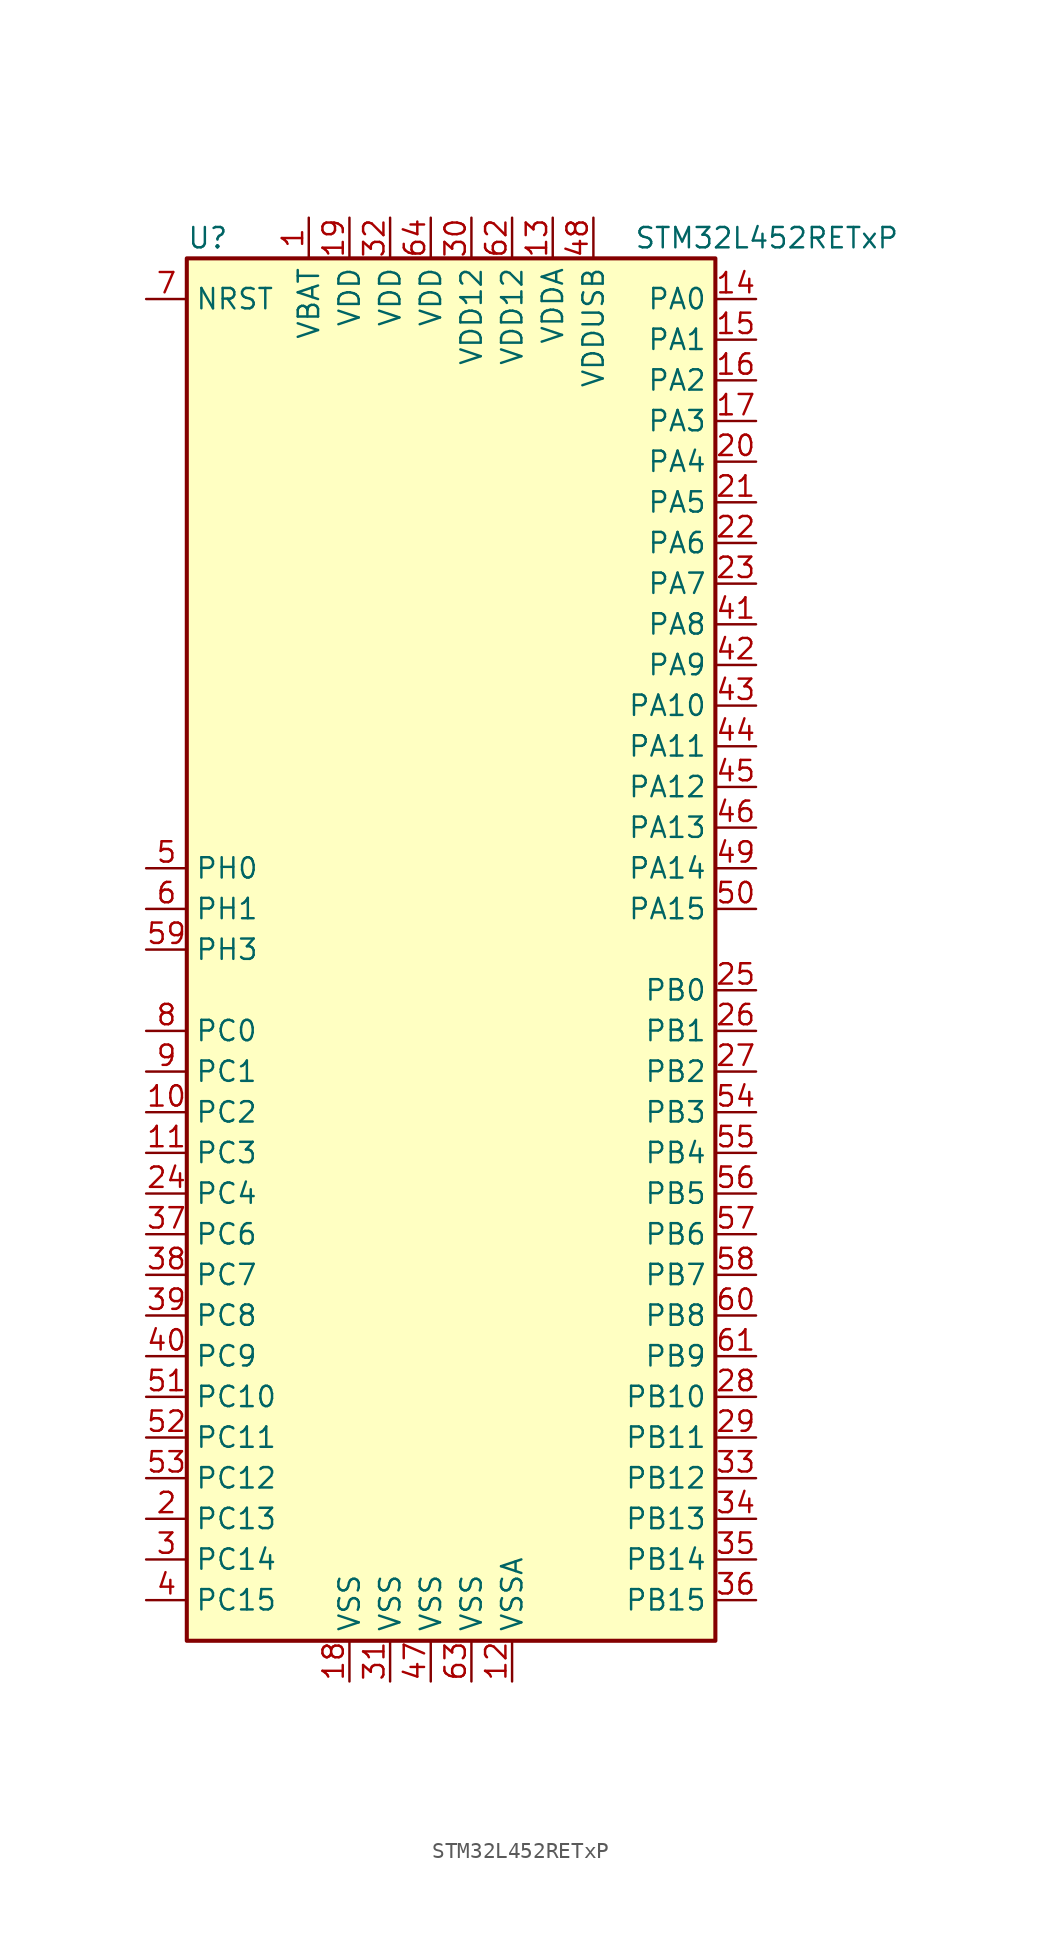
<source format=kicad_sym>
(kicad_symbol_lib
  (version 20220914)
  (generator kicad_symbol_editor)
  (symbol "STM32L452RETxP"
    (property "Reference" "U"
      (at -17.78 44.45 0)
      (effects (font (size 1.27 1.27)) (justify left)))
    (property "Value" "STM32L452RETxP"
      (at 10.16 44.45 0)
      (effects (font (size 1.27 1.27)) (justify left)))
    (symbol "STM32L452RETxP_0_1"
      (rectangle (start -17.78 -43.18) (end 15.24 43.18) (stroke (width 0.254) (type default)) (fill (type background))))
    (symbol "STM32L452RETxP_1_1"
      (pin power_in line (at -10.16 45.72 270) (length 2.54) (name "VBAT" (effects (font (size 1.27 1.27)))) (number "1" (effects (font (size 1.27 1.27)))))
      (pin bidirectional line (at -20.32 -10.16 0) (length 2.54) (name "PC2" (effects (font (size 1.27 1.27)))) (number "10" (effects (font (size 1.27 1.27)))))
      (pin bidirectional line (at -20.32 -12.7 0) (length 2.54) (name "PC3" (effects (font (size 1.27 1.27)))) (number "11" (effects (font (size 1.27 1.27)))))
      (pin power_in line (at 2.54 -45.72 90) (length 2.54) (name "VSSA" (effects (font (size 1.27 1.27)))) (number "12" (effects (font (size 1.27 1.27)))))
      (pin power_in line (at 5.08 45.72 270) (length 2.54) (name "VDDA" (effects (font (size 1.27 1.27)))) (number "13" (effects (font (size 1.27 1.27)))))
      (pin bidirectional line (at 17.78 40.64 180) (length 2.54) (name "PA0" (effects (font (size 1.27 1.27)))) (number "14" (effects (font (size 1.27 1.27)))))
      (pin bidirectional line (at 17.78 38.1 180) (length 2.54) (name "PA1" (effects (font (size 1.27 1.27)))) (number "15" (effects (font (size 1.27 1.27)))))
      (pin bidirectional line (at 17.78 35.56 180) (length 2.54) (name "PA2" (effects (font (size 1.27 1.27)))) (number "16" (effects (font (size 1.27 1.27)))))
      (pin bidirectional line (at 17.78 33.02 180) (length 2.54) (name "PA3" (effects (font (size 1.27 1.27)))) (number "17" (effects (font (size 1.27 1.27)))))
      (pin power_in line (at -7.62 -45.72 90) (length 2.54) (name "VSS" (effects (font (size 1.27 1.27)))) (number "18" (effects (font (size 1.27 1.27)))))
      (pin power_in line (at -7.62 45.72 270) (length 2.54) (name "VDD" (effects (font (size 1.27 1.27)))) (number "19" (effects (font (size 1.27 1.27)))))
      (pin bidirectional line (at -20.32 -35.56 0) (length 2.54) (name "PC13" (effects (font (size 1.27 1.27)))) (number "2" (effects (font (size 1.27 1.27)))))
      (pin bidirectional line (at 17.78 30.48 180) (length 2.54) (name "PA4" (effects (font (size 1.27 1.27)))) (number "20" (effects (font (size 1.27 1.27)))))
      (pin bidirectional line (at 17.78 27.94 180) (length 2.54) (name "PA5" (effects (font (size 1.27 1.27)))) (number "21" (effects (font (size 1.27 1.27)))))
      (pin bidirectional line (at 17.78 25.4 180) (length 2.54) (name "PA6" (effects (font (size 1.27 1.27)))) (number "22" (effects (font (size 1.27 1.27)))))
      (pin bidirectional line (at 17.78 22.86 180) (length 2.54) (name "PA7" (effects (font (size 1.27 1.27)))) (number "23" (effects (font (size 1.27 1.27)))))
      (pin bidirectional line (at -20.32 -15.24 0) (length 2.54) (name "PC4" (effects (font (size 1.27 1.27)))) (number "24" (effects (font (size 1.27 1.27)))))
      (pin bidirectional line (at 17.78 -2.54 180) (length 2.54) (name "PB0" (effects (font (size 1.27 1.27)))) (number "25" (effects (font (size 1.27 1.27)))))
      (pin bidirectional line (at 17.78 -5.08 180) (length 2.54) (name "PB1" (effects (font (size 1.27 1.27)))) (number "26" (effects (font (size 1.27 1.27)))))
      (pin bidirectional line (at 17.78 -7.62 180) (length 2.54) (name "PB2" (effects (font (size 1.27 1.27)))) (number "27" (effects (font (size 1.27 1.27)))))
      (pin bidirectional line (at 17.78 -27.94 180) (length 2.54) (name "PB10" (effects (font (size 1.27 1.27)))) (number "28" (effects (font (size 1.27 1.27)))))
      (pin bidirectional line (at 17.78 -30.48 180) (length 2.54) (name "PB11" (effects (font (size 1.27 1.27)))) (number "29" (effects (font (size 1.27 1.27)))))
      (pin bidirectional line (at -20.32 -38.1 0) (length 2.54) (name "PC14" (effects (font (size 1.27 1.27)))) (number "3" (effects (font (size 1.27 1.27)))))
      (pin power_in line (at 0 45.72 270) (length 2.54) (name "VDD12" (effects (font (size 1.27 1.27)))) (number "30" (effects (font (size 1.27 1.27)))))
      (pin power_in line (at -5.08 -45.72 90) (length 2.54) (name "VSS" (effects (font (size 1.27 1.27)))) (number "31" (effects (font (size 1.27 1.27)))))
      (pin power_in line (at -5.08 45.72 270) (length 2.54) (name "VDD" (effects (font (size 1.27 1.27)))) (number "32" (effects (font (size 1.27 1.27)))))
      (pin bidirectional line (at 17.78 -33.02 180) (length 2.54) (name "PB12" (effects (font (size 1.27 1.27)))) (number "33" (effects (font (size 1.27 1.27)))))
      (pin bidirectional line (at 17.78 -35.56 180) (length 2.54) (name "PB13" (effects (font (size 1.27 1.27)))) (number "34" (effects (font (size 1.27 1.27)))))
      (pin bidirectional line (at 17.78 -38.1 180) (length 2.54) (name "PB14" (effects (font (size 1.27 1.27)))) (number "35" (effects (font (size 1.27 1.27)))))
      (pin bidirectional line (at 17.78 -40.64 180) (length 2.54) (name "PB15" (effects (font (size 1.27 1.27)))) (number "36" (effects (font (size 1.27 1.27)))))
      (pin bidirectional line (at -20.32 -17.78 0) (length 2.54) (name "PC6" (effects (font (size 1.27 1.27)))) (number "37" (effects (font (size 1.27 1.27)))))
      (pin bidirectional line (at -20.32 -20.32 0) (length 2.54) (name "PC7" (effects (font (size 1.27 1.27)))) (number "38" (effects (font (size 1.27 1.27)))))
      (pin bidirectional line (at -20.32 -22.86 0) (length 2.54) (name "PC8" (effects (font (size 1.27 1.27)))) (number "39" (effects (font (size 1.27 1.27)))))
      (pin bidirectional line (at -20.32 -40.64 0) (length 2.54) (name "PC15" (effects (font (size 1.27 1.27)))) (number "4" (effects (font (size 1.27 1.27)))))
      (pin bidirectional line (at -20.32 -25.4 0) (length 2.54) (name "PC9" (effects (font (size 1.27 1.27)))) (number "40" (effects (font (size 1.27 1.27)))))
      (pin bidirectional line (at 17.78 20.32 180) (length 2.54) (name "PA8" (effects (font (size 1.27 1.27)))) (number "41" (effects (font (size 1.27 1.27)))))
      (pin bidirectional line (at 17.78 17.78 180) (length 2.54) (name "PA9" (effects (font (size 1.27 1.27)))) (number "42" (effects (font (size 1.27 1.27)))))
      (pin bidirectional line (at 17.78 15.24 180) (length 2.54) (name "PA10" (effects (font (size 1.27 1.27)))) (number "43" (effects (font (size 1.27 1.27)))))
      (pin bidirectional line (at 17.78 12.7 180) (length 2.54) (name "PA11" (effects (font (size 1.27 1.27)))) (number "44" (effects (font (size 1.27 1.27)))))
      (pin bidirectional line (at 17.78 10.16 180) (length 2.54) (name "PA12" (effects (font (size 1.27 1.27)))) (number "45" (effects (font (size 1.27 1.27)))))
      (pin bidirectional line (at 17.78 7.62 180) (length 2.54) (name "PA13" (effects (font (size 1.27 1.27)))) (number "46" (effects (font (size 1.27 1.27)))))
      (pin power_in line (at -2.54 -45.72 90) (length 2.54) (name "VSS" (effects (font (size 1.27 1.27)))) (number "47" (effects (font (size 1.27 1.27)))))
      (pin power_in line (at 7.62 45.72 270) (length 2.54) (name "VDDUSB" (effects (font (size 1.27 1.27)))) (number "48" (effects (font (size 1.27 1.27)))))
      (pin bidirectional line (at 17.78 5.08 180) (length 2.54) (name "PA14" (effects (font (size 1.27 1.27)))) (number "49" (effects (font (size 1.27 1.27)))))
      (pin input line (at -20.32 5.08 0) (length 2.54) (name "PH0" (effects (font (size 1.27 1.27)))) (number "5" (effects (font (size 1.27 1.27)))))
      (pin bidirectional line (at 17.78 2.54 180) (length 2.54) (name "PA15" (effects (font (size 1.27 1.27)))) (number "50" (effects (font (size 1.27 1.27)))))
      (pin bidirectional line (at -20.32 -27.94 0) (length 2.54) (name "PC10" (effects (font (size 1.27 1.27)))) (number "51" (effects (font (size 1.27 1.27)))))
      (pin bidirectional line (at -20.32 -30.48 0) (length 2.54) (name "PC11" (effects (font (size 1.27 1.27)))) (number "52" (effects (font (size 1.27 1.27)))))
      (pin bidirectional line (at -20.32 -33.02 0) (length 2.54) (name "PC12" (effects (font (size 1.27 1.27)))) (number "53" (effects (font (size 1.27 1.27)))))
      (pin bidirectional line (at 17.78 -10.16 180) (length 2.54) (name "PB3" (effects (font (size 1.27 1.27)))) (number "54" (effects (font (size 1.27 1.27)))))
      (pin bidirectional line (at 17.78 -12.7 180) (length 2.54) (name "PB4" (effects (font (size 1.27 1.27)))) (number "55" (effects (font (size 1.27 1.27)))))
      (pin bidirectional line (at 17.78 -15.24 180) (length 2.54) (name "PB5" (effects (font (size 1.27 1.27)))) (number "56" (effects (font (size 1.27 1.27)))))
      (pin bidirectional line (at 17.78 -17.78 180) (length 2.54) (name "PB6" (effects (font (size 1.27 1.27)))) (number "57" (effects (font (size 1.27 1.27)))))
      (pin bidirectional line (at 17.78 -20.32 180) (length 2.54) (name "PB7" (effects (font (size 1.27 1.27)))) (number "58" (effects (font (size 1.27 1.27)))))
      (pin bidirectional line (at -20.32 0 0) (length 2.54) (name "PH3" (effects (font (size 1.27 1.27)))) (number "59" (effects (font (size 1.27 1.27)))))
      (pin input line (at -20.32 2.54 0) (length 2.54) (name "PH1" (effects (font (size 1.27 1.27)))) (number "6" (effects (font (size 1.27 1.27)))))
      (pin bidirectional line (at 17.78 -22.86 180) (length 2.54) (name "PB8" (effects (font (size 1.27 1.27)))) (number "60" (effects (font (size 1.27 1.27)))))
      (pin bidirectional line (at 17.78 -25.4 180) (length 2.54) (name "PB9" (effects (font (size 1.27 1.27)))) (number "61" (effects (font (size 1.27 1.27)))))
      (pin power_in line (at 2.54 45.72 270) (length 2.54) (name "VDD12" (effects (font (size 1.27 1.27)))) (number "62" (effects (font (size 1.27 1.27)))))
      (pin power_in line (at 0 -45.72 90) (length 2.54) (name "VSS" (effects (font (size 1.27 1.27)))) (number "63" (effects (font (size 1.27 1.27)))))
      (pin power_in line (at -2.54 45.72 270) (length 2.54) (name "VDD" (effects (font (size 1.27 1.27)))) (number "64" (effects (font (size 1.27 1.27)))))
      (pin input line (at -20.32 40.64 0) (length 2.54) (name "NRST" (effects (font (size 1.27 1.27)))) (number "7" (effects (font (size 1.27 1.27)))))
      (pin bidirectional line (at -20.32 -5.08 0) (length 2.54) (name "PC0" (effects (font (size 1.27 1.27)))) (number "8" (effects (font (size 1.27 1.27)))))
      (pin bidirectional line (at -20.32 -7.62 0) (length 2.54) (name "PC1" (effects (font (size 1.27 1.27)))) (number "9" (effects (font (size 1.27 1.27))))))))
</source>
